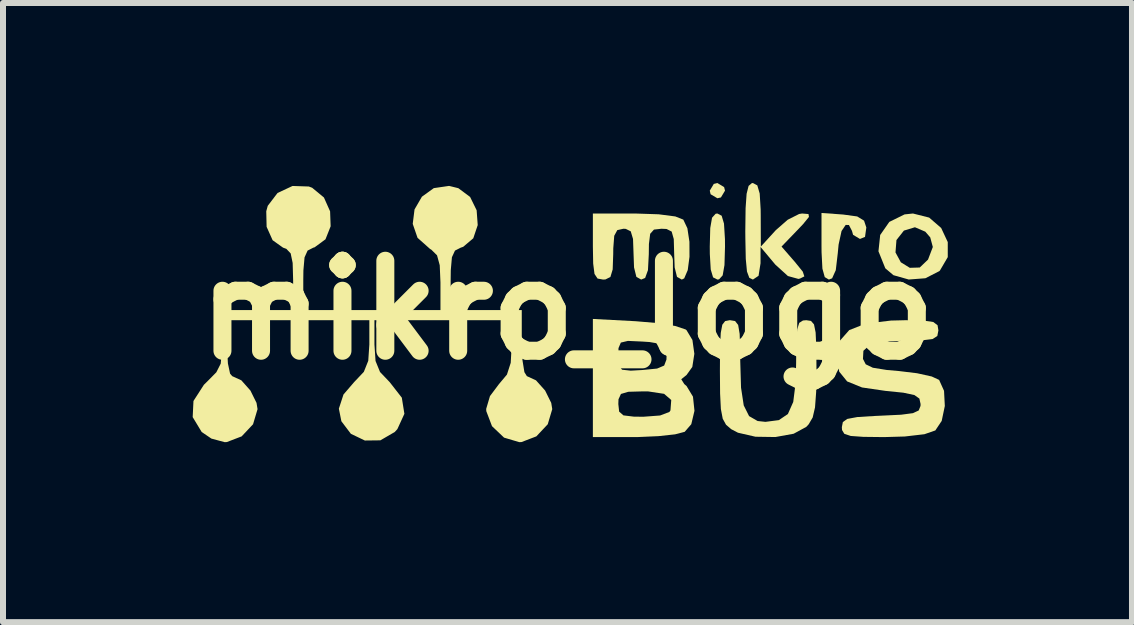
<source format=kicad_pcb>
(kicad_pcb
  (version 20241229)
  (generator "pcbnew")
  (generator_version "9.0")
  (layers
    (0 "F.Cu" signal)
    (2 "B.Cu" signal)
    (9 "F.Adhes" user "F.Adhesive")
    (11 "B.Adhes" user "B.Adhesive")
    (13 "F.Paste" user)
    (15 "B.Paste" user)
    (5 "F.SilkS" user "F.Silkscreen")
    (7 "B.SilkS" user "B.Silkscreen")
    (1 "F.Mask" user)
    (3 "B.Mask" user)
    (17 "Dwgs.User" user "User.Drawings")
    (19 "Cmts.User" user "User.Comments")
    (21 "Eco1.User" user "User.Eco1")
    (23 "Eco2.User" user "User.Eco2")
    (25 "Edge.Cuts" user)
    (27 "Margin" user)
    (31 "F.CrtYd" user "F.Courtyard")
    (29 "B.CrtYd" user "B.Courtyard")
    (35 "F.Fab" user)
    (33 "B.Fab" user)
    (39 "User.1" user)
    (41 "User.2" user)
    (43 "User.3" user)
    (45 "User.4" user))
  (footprint "mikro_logo"
    (layer "F.Cu")
    (at 6.407 2.117)
    (property "Reference" "mikro_logo" (at 0 0 0) (layer "F.SilkS") (effects (font (size 1.5 1.5) (thickness 0.3))))
    (attr board_only exclude_from_pos_files exclude_from_bom)
    (fp_poly (pts (xy 2.61 -2.049) (xy 2.625 -1.99) (xy 2.557 -1.877) (xy 2.498 -1.863) (xy 2.385 -1.93) (xy 2.371 -1.99) (xy 2.438 -2.102) (xy 2.498 -2.117)) (stroke (width 0) (type solid)) (fill yes) (layer "F.SilkS"))
    (fp_poly (pts (xy 2.569 -1.572) (xy 2.608 -1.441) (xy 2.624 -1.183) (xy 2.625 -1.058) (xy 2.616 -0.75) (xy 2.586 -0.578) (xy 2.526 -0.512) (xy 2.498 -0.508) (xy 2.426 -0.545) (xy 2.387 -0.676) (xy 2.372 -0.933) (xy 2.371 -1.058) (xy 2.379 -1.367) (xy 2.409 -1.539) (xy 2.469 -1.605) (xy 2.498 -1.609)) (stroke (width 0) (type solid)) (fill yes) (layer "F.SilkS"))
    (fp_poly (pts (xy 4.593 -1.592) (xy 4.828 -1.56) (xy 4.942 -1.49) (xy 4.98 -1.376) (xy 4.958 -1.219) (xy 4.874 -1.185) (xy 4.759 -1.254) (xy 4.741 -1.319) (xy 4.69 -1.417) (xy 4.636 -1.419) (xy 4.567 -1.317) (xy 4.518 -1.092) (xy 4.504 -0.946) (xy 4.471 -0.665) (xy 4.41 -0.529) (xy 4.356 -0.508) (xy 4.287 -0.549) (xy 4.248 -0.69) (xy 4.234 -0.962) (xy 4.233 -1.063) (xy 4.233 -1.618)) (stroke (width 0) (type solid)) (fill yes) (layer "F.SilkS"))
    (fp_poly (pts (xy 6.027 -1.541) (xy 6.227 -1.368) (xy 6.337 -1.133) (xy 6.337 -0.882) (xy 6.206 -0.658) (xy 6.195 -0.648) (xy 5.964 -0.53) (xy 5.687 -0.509) (xy 5.432 -0.581) (xy 5.296 -0.696) (xy 5.19 -0.96) (xy 5.466 -0.96) (xy 5.555 -0.796) (xy 5.704 -0.704) (xy 5.87 -0.709) (xy 6.008 -0.841) (xy 6.008 -0.841) (xy 6.088 -1.051) (xy 6.045 -1.211) (xy 5.963 -1.306) (xy 5.79 -1.38) (xy 5.606 -1.324) (xy 5.482 -1.167) (xy 5.466 -0.96) (xy 5.19 -0.96) (xy 5.182 -0.979) (xy 5.211 -1.251) (xy 5.363 -1.469) (xy 5.617 -1.594) (xy 5.757 -1.609)) (stroke (width 0) (type solid)) (fill yes) (layer "F.SilkS"))
    (fp_poly (pts (xy 3.163 -2.078) (xy 3.203 -1.942) (xy 3.219 -1.677) (xy 3.22 -1.587) (xy 3.222 -1.058) (xy 3.473 -1.333) (xy 3.67 -1.505) (xy 3.86 -1.601) (xy 3.91 -1.609) (xy 4.016 -1.6) (xy 4.024 -1.552) (xy 3.926 -1.432) (xy 3.832 -1.333) (xy 3.567 -1.058) (xy 3.788 -0.804) (xy 3.921 -0.64) (xy 3.947 -0.561) (xy 3.875 -0.525) (xy 3.848 -0.519) (xy 3.673 -0.567) (xy 3.463 -0.758) (xy 3.453 -0.77) (xy 3.217 -1.052) (xy 3.217 -0.78) (xy 3.184 -0.571) (xy 3.09 -0.508) (xy 3.03 -0.537) (xy 2.991 -0.642) (xy 2.971 -0.852) (xy 2.964 -1.196) (xy 2.963 -1.312) (xy 2.968 -1.696) (xy 2.985 -1.938) (xy 3.018 -2.069) (xy 3.072 -2.115) (xy 3.09 -2.117)) (stroke (width 0) (type solid)) (fill yes) (layer "F.SilkS"))
    (fp_poly (pts (xy 1.519 -1.596) (xy 1.797 -1.56) (xy 1.93 -1.507) (xy 1.998 -1.363) (xy 2.032 -1.138) (xy 2.033 -0.888) (xy 2.004 -0.666) (xy 1.945 -0.528) (xy 1.905 -0.508) (xy 1.825 -0.553) (xy 1.786 -0.71) (xy 1.778 -0.931) (xy 1.771 -1.183) (xy 1.736 -1.308) (xy 1.651 -1.351) (xy 1.566 -1.355) (xy 1.441 -1.341) (xy 1.378 -1.271) (xy 1.357 -1.101) (xy 1.355 -0.931) (xy 1.341 -0.665) (xy 1.294 -0.535) (xy 1.228 -0.508) (xy 1.148 -0.553) (xy 1.109 -0.71) (xy 1.101 -0.931) (xy 1.092 -1.185) (xy 1.054 -1.312) (xy 0.971 -1.353) (xy 0.931 -1.355) (xy 0.83 -1.332) (xy 0.779 -1.238) (xy 0.763 -1.029) (xy 0.762 -0.931) (xy 0.753 -0.677) (xy 0.715 -0.551) (xy 0.632 -0.51) (xy 0.593 -0.508) (xy 0.501 -0.525) (xy 0.45 -0.602) (xy 0.428 -0.775) (xy 0.423 -1.058) (xy 0.423 -1.609) (xy 1.126 -1.609)) (stroke (width 0) (type solid)) (fill yes) (layer "F.SilkS"))
    (fp_poly (pts (xy 4.058 0.181) (xy 4.108 0.239) (xy 4.135 0.373) (xy 4.146 0.615) (xy 4.149 0.974) (xy 4.144 1.363) (xy 4.125 1.622) (xy 4.086 1.79) (xy 4.019 1.904) (xy 3.979 1.947) (xy 3.769 2.061) (xy 3.464 2.116) (xy 3.133 2.111) (xy 2.841 2.044) (xy 2.728 1.985) (xy 2.642 1.911) (xy 2.587 1.811) (xy 2.556 1.649) (xy 2.543 1.389) (xy 2.54 1.011) (xy 2.542 0.627) (xy 2.554 0.382) (xy 2.58 0.244) (xy 2.627 0.184) (xy 2.702 0.169) (xy 2.709 0.169) (xy 2.793 0.183) (xy 2.844 0.248) (xy 2.869 0.397) (xy 2.878 0.665) (xy 2.879 0.852) (xy 2.892 1.293) (xy 2.937 1.589) (xy 3.026 1.767) (xy 3.168 1.849) (xy 3.299 1.863) (xy 3.523 1.834) (xy 3.673 1.732) (xy 3.762 1.531) (xy 3.803 1.205) (xy 3.81 0.883) (xy 3.813 0.535) (xy 3.828 0.323) (xy 3.862 0.213) (xy 3.924 0.174) (xy 3.979 0.169)) (stroke (width 0) (type solid)) (fill yes) (layer "F.SilkS"))
    (fp_poly (pts (xy 5.932 0.175) (xy 6.096 0.199) (xy 6.167 0.253) (xy 6.181 0.339) (xy 6.163 0.432) (xy 6.084 0.483) (xy 5.905 0.505) (xy 5.652 0.509) (xy 5.272 0.526) (xy 5.039 0.58) (xy 4.931 0.679) (xy 4.924 0.814) (xy 4.97 0.904) (xy 5.088 0.961) (xy 5.317 0.998) (xy 5.521 1.016) (xy 5.826 1.053) (xy 6.07 1.107) (xy 6.193 1.164) (xy 6.275 1.346) (xy 6.288 1.599) (xy 6.236 1.847) (xy 6.13 2.006) (xy 5.948 2.069) (xy 5.621 2.107) (xy 5.275 2.117) (xy 4.93 2.113) (xy 4.72 2.098) (xy 4.613 2.062) (xy 4.575 1.999) (xy 4.572 1.951) (xy 4.589 1.866) (xy 4.663 1.814) (xy 4.829 1.783) (xy 5.119 1.765) (xy 5.228 1.76) (xy 5.56 1.744) (xy 5.757 1.718) (xy 5.853 1.673) (xy 5.883 1.598) (xy 5.884 1.566) (xy 5.864 1.475) (xy 5.78 1.416) (xy 5.596 1.377) (xy 5.3 1.347) (xy 4.909 1.29) (xy 4.66 1.189) (xy 4.528 1.026) (xy 4.489 0.782) (xy 4.489 0.767) (xy 4.538 0.512) (xy 4.695 0.334) (xy 4.973 0.225) (xy 5.391 0.175) (xy 5.636 0.169)) (stroke (width 0) (type solid)) (fill yes) (layer "F.SilkS"))
    (fp_poly (pts (xy 1.137 0.186) (xy 1.502 0.217) (xy 1.793 0.265) (xy 1.968 0.323) (xy 1.983 0.334) (xy 2.082 0.499) (xy 2.114 0.729) (xy 2.08 0.948) (xy 1.984 1.082) (xy 1.896 1.153) (xy 1.946 1.233) (xy 1.984 1.266) (xy 2.091 1.443) (xy 2.116 1.679) (xy 2.063 1.902) (xy 1.953 2.029) (xy 1.793 2.071) (xy 1.518 2.101) (xy 1.18 2.116) (xy 1.106 2.117) (xy 0.423 2.117) (xy 0.423 1.566) (xy 0.847 1.566) (xy 0.861 1.693) (xy 0.932 1.755) (xy 1.104 1.776) (xy 1.263 1.778) (xy 1.543 1.757) (xy 1.698 1.698) (xy 1.716 1.672) (xy 1.729 1.499) (xy 1.61 1.396) (xy 1.346 1.356) (xy 1.261 1.355) (xy 1.013 1.362) (xy 0.891 1.398) (xy 0.85 1.487) (xy 0.847 1.566) (xy 0.423 1.566) (xy 0.423 1.132) (xy 0.423 0.762) (xy 0.847 0.762) (xy 0.855 0.92) (xy 0.909 0.994) (xy 1.054 1.01) (xy 1.249 0.999) (xy 1.493 0.975) (xy 1.611 0.925) (xy 1.649 0.825) (xy 1.651 0.762) (xy 1.634 0.633) (xy 1.555 0.565) (xy 1.368 0.533) (xy 1.249 0.525) (xy 1.007 0.514) (xy 0.889 0.542) (xy 0.85 0.634) (xy 0.847 0.762) (xy 0.423 0.762) (xy 0.423 0.148)) (stroke (width 0) (type solid)) (fill yes) (layer "F.SilkS"))
    (fp_poly (pts (xy -1.819 -2.031) (xy -1.623 -1.885) (xy -1.514 -1.663) (xy -1.496 -1.416) (xy -1.57 -1.196) (xy -1.738 -1.054) (xy -1.779 -1.04) (xy -1.875 -0.991) (xy -1.926 -0.88) (xy -1.945 -0.663) (xy -1.947 -0.498) (xy -1.947 0) (xy -1.355 0) (xy -0.762 0) (xy -0.762 0.55) (xy -0.75 0.838) (xy -0.718 1.035) (xy -0.677 1.101) (xy -0.525 1.171) (xy -0.373 1.341) (xy -0.271 1.547) (xy -0.254 1.651) (xy -0.329 1.903) (xy -0.519 2.105) (xy -0.767 2.2) (xy -0.804 2.201) (xy -1.057 2.126) (xy -1.258 1.935) (xy -1.353 1.685) (xy -1.355 1.647) (xy -1.292 1.434) (xy -1.143 1.235) (xy -1.009 1.075) (xy -0.946 0.879) (xy -0.931 0.604) (xy -0.931 0.169) (xy -2.074 0.169) (xy -3.217 0.169) (xy -3.217 0.574) (xy -3.199 0.848) (xy -3.124 1.032) (xy -2.963 1.201) (xy -2.761 1.46) (xy -2.718 1.729) (xy -2.835 1.984) (xy -2.879 2.032) (xy -3.118 2.171) (xy -3.377 2.174) (xy -3.61 2.062) (xy -3.768 1.853) (xy -3.81 1.643) (xy -3.733 1.407) (xy -3.556 1.201) (xy -3.394 1.03) (xy -3.32 0.845) (xy -3.302 0.574) (xy -3.302 0.169) (xy -4.487 0.169) (xy -5.673 0.169) (xy -5.673 0.635) (xy -5.659 0.89) (xy -5.623 1.059) (xy -5.588 1.101) (xy -5.435 1.171) (xy -5.284 1.341) (xy -5.182 1.547) (xy -5.165 1.651) (xy -5.24 1.903) (xy -5.43 2.105) (xy -5.678 2.2) (xy -5.715 2.201) (xy -5.934 2.142) (xy -6.096 2.032) (xy -6.246 1.784) (xy -6.233 1.515) (xy -6.059 1.245) (xy -6.003 1.19) (xy -5.852 1.037) (xy -5.779 0.893) (xy -5.76 0.692) (xy -5.77 0.475) (xy -5.8 -0.000231) (xy -5.186 -0.000115) (xy -4.572 0) (xy -4.572 -0.498) (xy -4.58 -0.785) (xy -4.613 -0.944) (xy -4.685 -1.02) (xy -4.74 -1.04) (xy -4.914 -1.164) (xy -5.014 -1.387) (xy -5.02 -1.647) (xy -4.995 -1.737) (xy -4.832 -1.951) (xy -4.582 -2.068) (xy -4.311 -2.059) (xy -4.255 -2.038) (xy -4.059 -1.876) (xy -3.956 -1.645) (xy -3.947 -1.396) (xy -4.033 -1.179) (xy -4.214 -1.046) (xy -4.235 -1.04) (xy -4.331 -0.991) (xy -4.382 -0.878) (xy -4.401 -0.66) (xy -4.403 -0.498) (xy -4.403 0) (xy -3.26 0) (xy -2.117 0) (xy -2.117 -0.463) (xy -2.129 -0.747) (xy -2.174 -0.912) (xy -2.269 -1.006) (xy -2.29 -1.018) (xy -2.499 -1.204) (xy -2.579 -1.436) (xy -2.549 -1.677) (xy -2.426 -1.889) (xy -2.228 -2.032) (xy -1.973 -2.069)) (stroke (width 0) (type solid)) (fill yes) (layer "F.SilkS")))
  (gr_rect
    (start -3 -3)
    (end 15.814 7.318)
    (stroke (width 0.1) (type default))
    (fill no)
    (layer "Edge.Cuts")))
</source>
